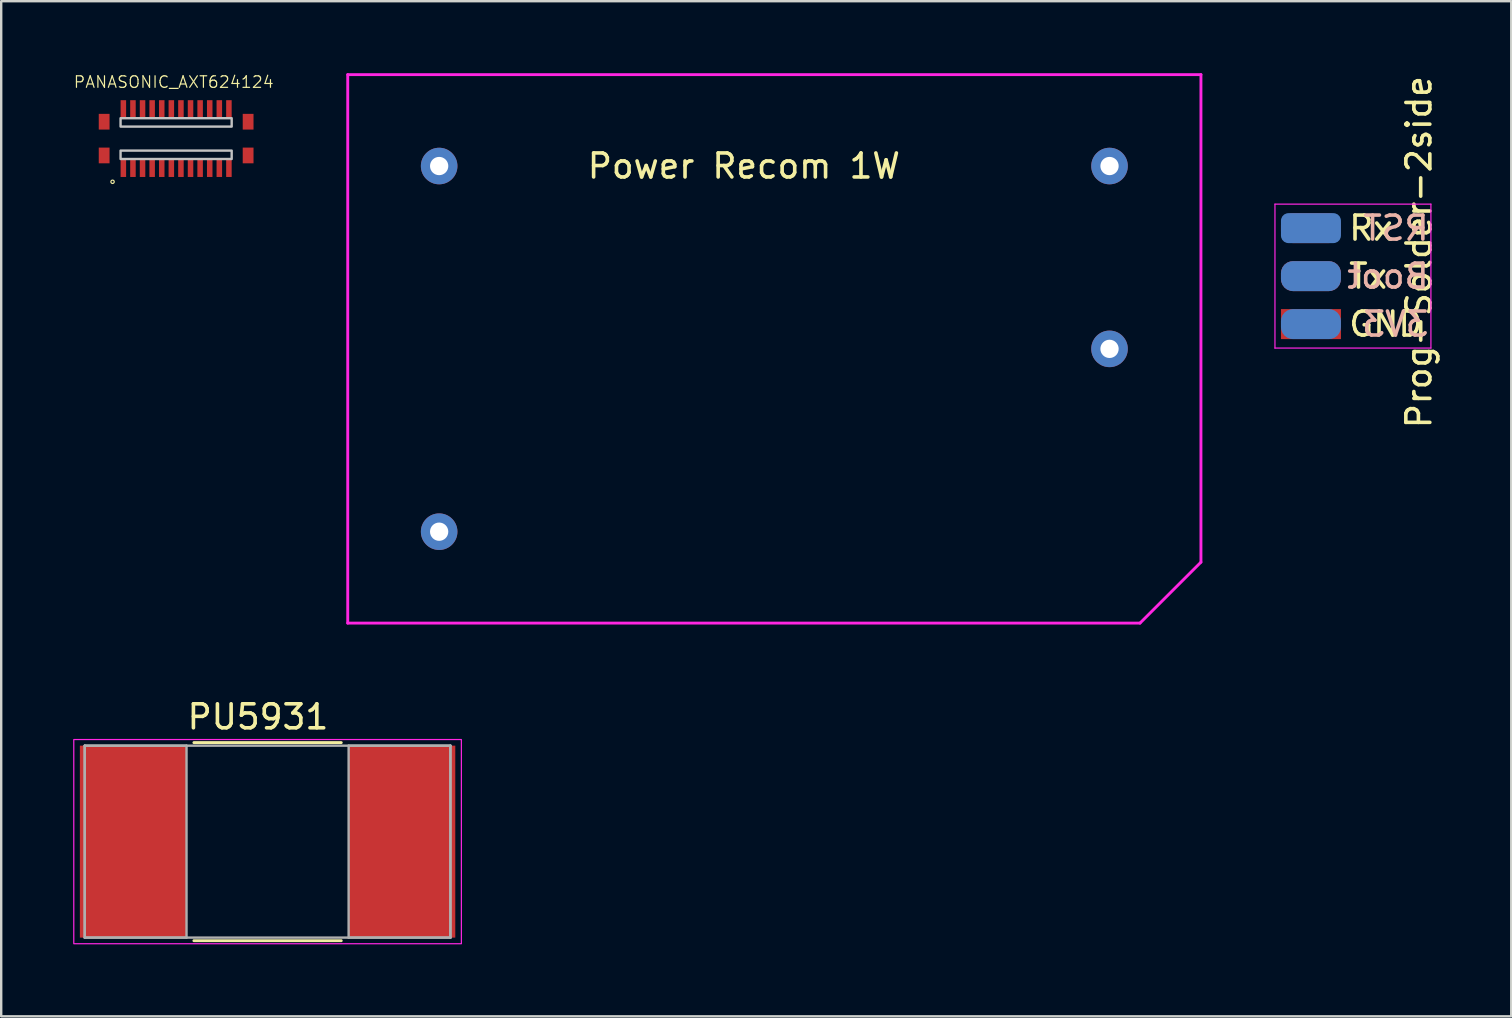
<source format=kicad_pcb>
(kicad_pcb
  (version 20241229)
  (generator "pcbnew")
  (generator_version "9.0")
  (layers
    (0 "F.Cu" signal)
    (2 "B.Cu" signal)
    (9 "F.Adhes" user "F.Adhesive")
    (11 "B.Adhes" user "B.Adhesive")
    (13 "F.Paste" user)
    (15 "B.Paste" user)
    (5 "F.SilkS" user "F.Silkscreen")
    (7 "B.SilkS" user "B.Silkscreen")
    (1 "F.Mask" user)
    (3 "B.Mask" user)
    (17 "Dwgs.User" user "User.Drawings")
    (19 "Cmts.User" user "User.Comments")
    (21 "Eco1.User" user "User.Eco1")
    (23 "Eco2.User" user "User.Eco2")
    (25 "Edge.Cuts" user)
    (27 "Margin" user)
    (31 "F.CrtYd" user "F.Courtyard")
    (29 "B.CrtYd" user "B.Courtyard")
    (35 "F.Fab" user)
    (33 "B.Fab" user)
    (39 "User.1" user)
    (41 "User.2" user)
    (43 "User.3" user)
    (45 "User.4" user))
  (footprint "Prog-Solder-2side"
    (layer "F.Cu")
    (at 51.588 8.458)
    (property "Reference" "Prog-Solder-2side" (at 4.5 -1 90) (layer "F.SilkS") (effects (font (size 1 1) (thickness 0.15))))
    (attr smd)
    (fp_line (start -1.5 3) (end -1.5 -3) (stroke (width 0.05) (type solid)) (layer "F.CrtYd"))
    (fp_line (start -1.5 3) (end 5 3) (stroke (width 0.05) (type solid)) (layer "F.CrtYd"))
    (fp_line (start 5 -3) (end -1.5 -3) (stroke (width 0.05) (type solid)) (layer "F.CrtYd"))
    (fp_line (start 5 -3) (end 5 3) (stroke (width 0.05) (type solid)) (layer "F.CrtYd"))
    (fp_text user "GND" (at 1.5 2 0) (unlocked yes) (layer "F.SilkS") (effects (font (size 1 1) (thickness 0.15)) (justify left)))
    (fp_text user "Tx" (at 1.5 0 0) (unlocked yes) (layer "F.SilkS") (effects (font (size 1 1) (thickness 0.15)) (justify left)))
    (fp_text user "Rx" (at 1.5 -2 0) (unlocked yes) (layer "F.SilkS") (effects (font (size 1 1) (thickness 0.15)) (justify left)))
    (fp_text user "3V3" (at 5 2 0) (unlocked yes) (layer "B.SilkS") (effects (font (size 1 1) (thickness 0.15)) (justify left mirror)))
    (fp_text user "RST" (at 5 -2 0) (unlocked yes) (layer "B.SilkS") (effects (font (size 1 1) (thickness 0.15)) (justify left mirror)))
    (fp_text user "Boot" (at 5 0 0) (unlocked yes) (layer "B.SilkS") (effects (font (size 1 1) (thickness 0.15)) (justify left mirror)))
    (pad "1" smd rect (at 0 2) (size 2.5 1.25) (layers "F.Cu" "F.Mask"))
    (pad "2" smd roundrect (at 0 0) (size 2.5 1.25) (layers "F.Cu" "F.Mask") (roundrect_rratio 0.4))
    (pad "3" smd roundrect (at 0 -2) (size 2.5 1.25) (layers "F.Cu" "F.Mask") (roundrect_rratio 0.4))
    (pad "4" smd roundrect (at 0 2) (size 2.5 1.25) (layers "B.Cu" "B.Mask") (roundrect_rratio 0.4))
    (pad "5" smd roundrect (at 0 0) (size 2.5 1.25) (layers "B.Cu" "B.Mask") (roundrect_rratio 0.4))
    (pad "6" smd roundrect (at 0 -2) (size 2.5 1.25) (layers "B.Cu" "B.Mask") (roundrect_rratio 0.25)))
  (footprint "PU5931"
    (layer "F.Cu")
    (at 8.102 32.028)
    (property "Reference" "PU5931" (at -0.4 -5.2 0) (layer "F.SilkS") (effects (font (size 1 1) (thickness 0.15))))
    (attr through_hole)
    (fp_line (start -3.071 4.128) (end 3.071 4.128) (stroke (width 0.12) (type solid)) (layer "F.SilkS"))
    (fp_line (start 3.071 -4.128) (end -3.071 -4.128) (stroke (width 0.12) (type solid)) (layer "F.SilkS"))
    (fp_rect (start -8.077 -4.255) (end 8.077 4.255) (stroke (width 0.05) (type default)) (fill no) (layer "F.CrtYd"))
    (fp_line (start -7.62 -4) (end -7.62 4) (stroke (width 0.1) (type solid)) (layer "F.Fab"))
    (fp_line (start -7.62 -4) (end -7.62 4) (stroke (width 0.1) (type solid)) (layer "F.Fab"))
    (fp_line (start -7.62 4) (end -3.378 4) (stroke (width 0.1) (type solid)) (layer "F.Fab"))
    (fp_line (start -7.62 4) (end 7.62 4) (stroke (width 0.1) (type solid)) (layer "F.Fab"))
    (fp_line (start -3.378 -4) (end -7.62 -4) (stroke (width 0.1) (type solid)) (layer "F.Fab"))
    (fp_line (start -3.378 4) (end -3.378 -4) (stroke (width 0.1) (type solid)) (layer "F.Fab"))
    (fp_line (start 3.378 -4) (end 3.378 4) (stroke (width 0.1) (type solid)) (layer "F.Fab"))
    (fp_line (start 3.378 4) (end 7.62 4) (stroke (width 0.1) (type solid)) (layer "F.Fab"))
    (fp_line (start 7.62 -4) (end -7.62 -4) (stroke (width 0.1) (type solid)) (layer "F.Fab"))
    (fp_line (start 7.62 -4) (end 3.378 -4) (stroke (width 0.1) (type solid)) (layer "F.Fab"))
    (fp_line (start 7.62 4) (end 7.62 -4) (stroke (width 0.1) (type solid)) (layer "F.Fab"))
    (fp_line (start 7.62 4) (end 7.62 -4) (stroke (width 0.1) (type solid)) (layer "F.Fab"))
    (pad "1" smd rect (at -5.601 0) (size 4.445 8.001) (layers "F.Cu" "F.Mask" "F.Paste"))
    (pad "2" smd rect (at 5.601 0) (size 4.445 8.001) (layers "F.Cu" "F.Mask" "F.Paste")))
  (footprint "Power Recom 1W"
    (layer "F.Cu")
    (at 27.953 11.49)
    (property "Reference" "Power Recom 1W" (at 0 -7.62 0) (unlocked yes) (layer "F.SilkS") (effects (font (size 1 1) (thickness 0.15))))
    (attr through_hole)
    (fp_line (start -16.51 -11.43) (end 19.05 -11.43) (stroke (width 0.12) (type solid)) (layer "F.CrtYd"))
    (fp_line (start -16.51 11.43) (end -16.51 -11.43) (stroke (width 0.12) (type solid)) (layer "F.CrtYd"))
    (fp_line (start 16.51 11.43) (end -16.51 11.43) (stroke (width 0.12) (type solid)) (layer "F.CrtYd"))
    (fp_line (start 19.05 -11.43) (end 19.05 8.89) (stroke (width 0.12) (type solid)) (layer "F.CrtYd"))
    (fp_line (start 19.05 8.89) (end 16.51 11.43) (stroke (width 0.12) (type solid)) (layer "F.CrtYd"))
    (pad "1" thru_hole circle (at -12.7 7.62) (size 1.524 1.524) (drill 0.762) (layers "*.Cu" "*.Mask"))
    (pad "2" thru_hole circle (at -12.7 -7.62) (size 1.524 1.524) (drill 0.762) (layers "*.Cu" "*.Mask"))
    (pad "3" thru_hole circle (at 15.24 0) (size 1.524 1.524) (drill 0.762) (layers "*.Cu" "*.Mask"))
    (pad "4" thru_hole circle (at 15.24 -7.62) (size 1.524 1.524) (drill 0.762) (layers "*.Cu" "*.Mask")))
  (footprint "PANASONIC_AXT624124"
    (layer "F.Cu")
    (at 4.291 2.726)
    (property "Reference" "PANASONIC_AXT624124" (at -0.1 -2.357 0) (layer "F.SilkS") (effects (font (size 0.481 0.481) (thickness 0.05))))
    (attr smd)
    (fp_circle (center -2.65 1.8) (end -2.58 1.8) (stroke (width 0.05) (type solid)) (fill no) (layer "F.SilkS"))
    (fp_poly (pts (xy -2.3 -1.5) (xy -2.1 -1.5) (xy -2.1 -1.09) (xy -2.3 -1.09)) (stroke (width 0) (type solid)) (fill yes) (layer "F.Paste"))
    (fp_poly (pts (xy -2.3 1.09) (xy -2.1 1.09) (xy -2.1 1.5) (xy -2.3 1.5)) (stroke (width 0) (type solid)) (fill yes) (layer "F.Paste"))
    (fp_poly (pts (xy -1.901 1.09) (xy -1.7 1.09) (xy -1.7 1.502) (xy -1.901 1.502)) (stroke (width 0) (type solid)) (fill yes) (layer "F.Paste"))
    (fp_poly (pts (xy -1.9 -1.5) (xy -1.7 -1.5) (xy -1.7 -1.09) (xy -1.9 -1.09)) (stroke (width 0) (type solid)) (fill yes) (layer "F.Paste"))
    (fp_poly (pts (xy -1.5 1.09) (xy -1.3 1.09) (xy -1.3 1.501) (xy -1.5 1.501)) (stroke (width 0) (type solid)) (fill yes) (layer "F.Paste"))
    (fp_poly (pts (xy -1.5 -1.5) (xy -1.3 -1.5) (xy -1.3 -1.091) (xy -1.5 -1.091)) (stroke (width 0) (type solid)) (fill yes) (layer "F.Paste"))
    (fp_poly (pts (xy -1.1 1.09) (xy -0.9 1.09) (xy -0.9 1.501) (xy -1.1 1.501)) (stroke (width 0) (type solid)) (fill yes) (layer "F.Paste"))
    (fp_poly (pts (xy -1.1 -1.5) (xy -0.9 -1.5) (xy -0.9 -1.092) (xy -1.1 -1.092)) (stroke (width 0) (type solid)) (fill yes) (layer "F.Paste"))
    (fp_poly (pts (xy -0.699 1.09) (xy -0.5 1.09) (xy -0.5 1.502) (xy -0.699 1.502)) (stroke (width 0) (type solid)) (fill yes) (layer "F.Paste"))
    (fp_poly (pts (xy -0.699 -1.5) (xy -0.5 -1.5) (xy -0.5 -1.092) (xy -0.699 -1.092)) (stroke (width 0) (type solid)) (fill yes) (layer "F.Paste"))
    (fp_poly (pts (xy -2.316 0.5) (xy 2.315 0.5) (xy 2.315 0.851) (xy -2.316 0.851)) (stroke (width 0.1) (type solid)) (fill no) (layer "Dwgs.User"))
    (fp_poly (pts (xy -2.316 -0.85) (xy 2.315 -0.85) (xy 2.315 -0.5) (xy -2.316 -0.5)) (stroke (width 0.1) (type solid)) (fill no) (layer "Dwgs.User"))
    (fp_line (start -3.55 -1.85) (end 3.55 -1.85) (stroke (width 0.05) (type solid)) (layer "Eco1.User"))
    (fp_line (start -3.55 1.85) (end -3.55 -1.85) (stroke (width 0.05) (type solid)) (layer "Eco1.User"))
    (fp_line (start 3.55 -1.85) (end 3.55 1.85) (stroke (width 0.05) (type solid)) (layer "Eco1.User"))
    (fp_line (start 3.55 1.85) (end -3.55 1.85) (stroke (width 0.05) (type solid)) (layer "Eco1.User"))
    (fp_line (start -3.3 -0.95) (end 3.3 -0.95) (stroke (width 0.127) (type solid)) (layer "Eco2.User"))
    (fp_line (start -3.3 0.95) (end -3.3 -0.95) (stroke (width 0.127) (type solid)) (layer "Eco2.User"))
    (fp_line (start 3.3 -0.95) (end 3.3 0.95) (stroke (width 0.127) (type solid)) (layer "Eco2.User"))
    (fp_line (start 3.3 0.95) (end -3.3 0.95) (stroke (width 0.127) (type solid)) (layer "Eco2.User"))
    (pad "1" smd rect (at -2.2 1.225) (size 0.23 0.75) (layers "F.Cu" "F.Mask" "F.Paste"))
    (pad "2" smd rect (at -2.2 -1.225) (size 0.23 0.75) (layers "F.Cu" "F.Mask" "F.Paste"))
    (pad "3" smd rect (at -1.8 1.225) (size 0.23 0.75) (layers "F.Cu" "F.Mask" "F.Paste"))
    (pad "4" smd rect (at -1.8 -1.225) (size 0.23 0.75) (layers "F.Cu" "F.Mask" "F.Paste"))
    (pad "5" smd rect (at -1.4 1.225) (size 0.23 0.75) (layers "F.Cu" "F.Mask" "F.Paste"))
    (pad "6" smd rect (at -1.4 -1.225) (size 0.23 0.75) (layers "F.Cu" "F.Mask" "F.Paste"))
    (pad "7" smd rect (at -1 1.225) (size 0.23 0.75) (layers "F.Cu" "F.Mask" "F.Paste"))
    (pad "8" smd rect (at -1 -1.225) (size 0.23 0.75) (layers "F.Cu" "F.Mask" "F.Paste"))
    (pad "9" smd rect (at -0.6 1.225) (size 0.23 0.75) (layers "F.Cu" "F.Mask" "F.Paste"))
    (pad "10" smd rect (at -0.6 -1.225) (size 0.23 0.75) (layers "F.Cu" "F.Mask" "F.Paste"))
    (pad "11" smd rect (at -0.2 1.225) (size 0.23 0.75) (layers "F.Cu" "F.Mask" "F.Paste"))
    (pad "12" smd rect (at -0.2 -1.225) (size 0.23 0.75) (layers "F.Cu" "F.Mask" "F.Paste"))
    (pad "13" smd rect (at 0.2 1.225) (size 0.23 0.75) (layers "F.Cu" "F.Mask" "F.Paste"))
    (pad "14" smd rect (at 0.2 -1.225) (size 0.23 0.75) (layers "F.Cu" "F.Mask" "F.Paste"))
    (pad "15" smd rect (at 0.6 1.225) (size 0.23 0.75) (layers "F.Cu" "F.Mask" "F.Paste"))
    (pad "16" smd rect (at 0.6 -1.225) (size 0.23 0.75) (layers "F.Cu" "F.Mask" "F.Paste"))
    (pad "17" smd rect (at 1 1.225) (size 0.23 0.75) (layers "F.Cu" "F.Mask" "F.Paste"))
    (pad "18" smd rect (at 1 -1.225) (size 0.23 0.75) (layers "F.Cu" "F.Mask" "F.Paste"))
    (pad "19" smd rect (at 1.4 1.225) (size 0.23 0.75) (layers "F.Cu" "F.Mask" "F.Paste"))
    (pad "20" smd rect (at 1.4 -1.225) (size 0.23 0.75) (layers "F.Cu" "F.Mask" "F.Paste"))
    (pad "21" smd rect (at 1.8 1.225) (size 0.23 0.75) (layers "F.Cu" "F.Mask" "F.Paste"))
    (pad "22" smd rect (at 1.8 -1.225) (size 0.23 0.75) (layers "F.Cu" "F.Mask" "F.Paste"))
    (pad "23" smd rect (at 2.2 1.225) (size 0.23 0.75) (layers "F.Cu" "F.Mask" "F.Paste"))
    (pad "24" smd rect (at 2.2 -1.225) (size 0.23 0.75) (layers "F.Cu" "F.Mask" "F.Paste"))
    (pad "S1" smd rect (at -3 0.703) (size 0.45 0.655) (layers "F.Cu" "F.Mask" "F.Paste"))
    (pad "S2" smd rect (at -3 -0.703) (size 0.45 0.655) (layers "F.Cu" "F.Mask" "F.Paste"))
    (pad "S3" smd rect (at 3 0.703) (size 0.45 0.655) (layers "F.Cu" "F.Mask" "F.Paste"))
    (pad "S4" smd rect (at 3 -0.703) (size 0.45 0.655) (layers "F.Cu" "F.Mask" "F.Paste")))
  (gr_rect
    (start -3 -3)
    (end 59.936 39.308)
    (stroke (width 0.1) (type default))
    (fill no)
    (layer "Edge.Cuts")))
</source>
